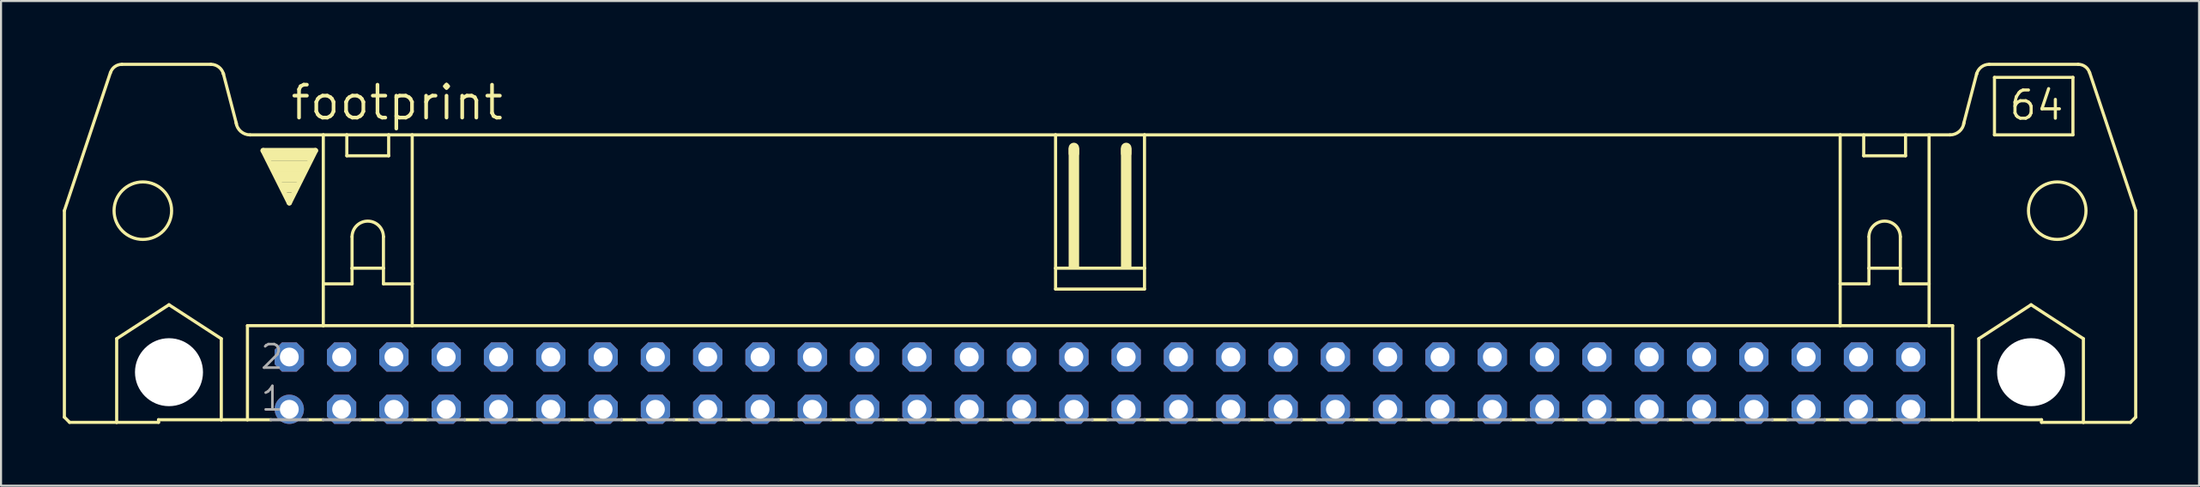
<source format=kicad_pcb>
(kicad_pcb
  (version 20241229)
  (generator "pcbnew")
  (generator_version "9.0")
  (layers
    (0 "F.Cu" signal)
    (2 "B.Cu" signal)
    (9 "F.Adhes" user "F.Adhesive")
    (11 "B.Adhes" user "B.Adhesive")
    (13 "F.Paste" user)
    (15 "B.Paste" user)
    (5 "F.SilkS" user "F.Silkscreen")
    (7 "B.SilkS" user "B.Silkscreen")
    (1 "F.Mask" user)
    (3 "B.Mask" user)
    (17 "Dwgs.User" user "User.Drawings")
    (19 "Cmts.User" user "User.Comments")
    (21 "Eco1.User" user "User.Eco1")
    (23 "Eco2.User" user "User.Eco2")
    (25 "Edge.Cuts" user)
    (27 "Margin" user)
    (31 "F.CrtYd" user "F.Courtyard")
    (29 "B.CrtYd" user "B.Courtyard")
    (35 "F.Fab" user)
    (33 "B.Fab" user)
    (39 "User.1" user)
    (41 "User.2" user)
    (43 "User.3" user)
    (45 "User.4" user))
  (footprint "footprint"
    (layer "F.Cu")
    (at 50.368 15.57)
    (property "Reference" "footprint" (at -39.395 -12.7 0) (layer "F.SilkS") (effects (font (size 1.6 1.6) (thickness 0.178)) (justify left bottom)))
    (fp_line (start -50.292 1.651) (end -50.292 -8.382) (stroke (width 0.152) (type solid)) (layer "F.SilkS"))
    (fp_line (start -50.292 1.651) (end -50.038 1.905) (stroke (width 0.152) (type solid)) (layer "F.SilkS"))
    (fp_line (start -50.038 1.905) (end -47.752 1.905) (stroke (width 0.152) (type solid)) (layer "F.SilkS"))
    (fp_line (start -48.057 -15.088) (end -50.292 -8.382) (stroke (width 0.152) (type solid)) (layer "F.SilkS"))
    (fp_line (start -47.752 -2.159) (end -45.212 -3.81) (stroke (width 0.152) (type solid)) (layer "F.SilkS"))
    (fp_line (start -47.752 1.905) (end -47.752 -2.159) (stroke (width 0.152) (type solid)) (layer "F.SilkS"))
    (fp_line (start -47.752 1.905) (end -45.72 1.905) (stroke (width 0.152) (type solid)) (layer "F.SilkS"))
    (fp_line (start -45.72 1.778) (end -45.72 1.905) (stroke (width 0.152) (type solid)) (layer "F.SilkS"))
    (fp_line (start -45.72 1.778) (end -42.672 1.778) (stroke (width 0.152) (type solid)) (layer "F.SilkS"))
    (fp_line (start -45.212 -3.81) (end -42.672 -2.159) (stroke (width 0.152) (type solid)) (layer "F.SilkS"))
    (fp_line (start -43.18 -15.494) (end -47.498 -15.494) (stroke (width 0.152) (type solid)) (layer "F.SilkS"))
    (fp_line (start -42.672 1.778) (end -42.672 -2.159) (stroke (width 0.152) (type solid)) (layer "F.SilkS"))
    (fp_line (start -42.672 1.778) (end -41.402 1.778) (stroke (width 0.152) (type solid)) (layer "F.SilkS"))
    (fp_line (start -41.935 -12.598) (end -42.57 -15.037) (stroke (width 0.152) (type solid)) (layer "F.SilkS"))
    (fp_line (start -41.402 -2.794) (end -41.402 1.778) (stroke (width 0.152) (type solid)) (layer "F.SilkS"))
    (fp_line (start -41.402 1.778) (end -40.259 1.778) (stroke (width 0.152) (type solid)) (layer "F.SilkS"))
    (fp_line (start -41.275 -12.065) (end -37.719 -12.065) (stroke (width 0.152) (type solid)) (layer "F.SilkS"))
    (fp_line (start -40.64 -11.303) (end -38.1 -11.303) (stroke (width 0.254) (type solid)) (layer "F.SilkS"))
    (fp_line (start -39.37 -8.763) (end -40.64 -11.303) (stroke (width 0.254) (type solid)) (layer "F.SilkS"))
    (fp_line (start -38.481 1.778) (end -37.719 1.778) (stroke (width 0.152) (type solid)) (layer "F.SilkS"))
    (fp_line (start -38.1 -11.303) (end -39.37 -8.763) (stroke (width 0.254) (type solid)) (layer "F.SilkS"))
    (fp_line (start -37.719 -12.065) (end -36.576 -12.065) (stroke (width 0.152) (type solid)) (layer "F.SilkS"))
    (fp_line (start -37.719 -4.826) (end -37.719 -12.065) (stroke (width 0.152) (type solid)) (layer "F.SilkS"))
    (fp_line (start -37.719 -4.826) (end -37.719 -2.794) (stroke (width 0.152) (type solid)) (layer "F.SilkS"))
    (fp_line (start -37.719 -4.826) (end -36.322 -4.826) (stroke (width 0.152) (type solid)) (layer "F.SilkS"))
    (fp_line (start -37.719 -2.794) (end -41.402 -2.794) (stroke (width 0.152) (type solid)) (layer "F.SilkS"))
    (fp_line (start -36.576 -12.065) (end -34.544 -12.065) (stroke (width 0.152) (type solid)) (layer "F.SilkS"))
    (fp_line (start -36.576 -11.049) (end -36.576 -12.065) (stroke (width 0.152) (type solid)) (layer "F.SilkS"))
    (fp_line (start -36.576 -11.049) (end -34.544 -11.049) (stroke (width 0.152) (type solid)) (layer "F.SilkS"))
    (fp_line (start -36.322 -7.112) (end -36.322 -5.588) (stroke (width 0.152) (type solid)) (layer "F.SilkS"))
    (fp_line (start -36.322 -5.588) (end -36.322 -4.826) (stroke (width 0.152) (type solid)) (layer "F.SilkS"))
    (fp_line (start -36.322 -5.588) (end -34.798 -5.588) (stroke (width 0.152) (type solid)) (layer "F.SilkS"))
    (fp_line (start -35.941 1.778) (end -35.179 1.778) (stroke (width 0.152) (type solid)) (layer "F.SilkS"))
    (fp_line (start -34.798 -7.112) (end -34.798 -5.588) (stroke (width 0.152) (type solid)) (layer "F.SilkS"))
    (fp_line (start -34.798 -5.588) (end -34.798 -4.826) (stroke (width 0.152) (type solid)) (layer "F.SilkS"))
    (fp_line (start -34.798 -4.826) (end -33.401 -4.826) (stroke (width 0.152) (type solid)) (layer "F.SilkS"))
    (fp_line (start -34.544 -12.065) (end -34.544 -11.049) (stroke (width 0.152) (type solid)) (layer "F.SilkS"))
    (fp_line (start -34.544 -12.065) (end -33.401 -12.065) (stroke (width 0.152) (type solid)) (layer "F.SilkS"))
    (fp_line (start -33.401 -12.065) (end -2.159 -12.065) (stroke (width 0.152) (type solid)) (layer "F.SilkS"))
    (fp_line (start -33.401 -4.826) (end -33.401 -12.065) (stroke (width 0.152) (type solid)) (layer "F.SilkS"))
    (fp_line (start -33.401 -4.826) (end -33.401 -2.794) (stroke (width 0.152) (type solid)) (layer "F.SilkS"))
    (fp_line (start -33.401 -2.794) (end -37.719 -2.794) (stroke (width 0.152) (type solid)) (layer "F.SilkS"))
    (fp_line (start -33.401 1.778) (end -32.639 1.778) (stroke (width 0.152) (type solid)) (layer "F.SilkS"))
    (fp_line (start -30.861 1.778) (end -30.099 1.778) (stroke (width 0.152) (type solid)) (layer "F.SilkS"))
    (fp_line (start -28.321 1.778) (end -27.559 1.778) (stroke (width 0.152) (type solid)) (layer "F.SilkS"))
    (fp_line (start -25.781 1.778) (end -25.019 1.778) (stroke (width 0.152) (type solid)) (layer "F.SilkS"))
    (fp_line (start -23.241 1.778) (end -22.479 1.778) (stroke (width 0.152) (type solid)) (layer "F.SilkS"))
    (fp_line (start -20.701 1.778) (end -19.939 1.778) (stroke (width 0.152) (type solid)) (layer "F.SilkS"))
    (fp_line (start -18.161 1.778) (end -17.399 1.778) (stroke (width 0.152) (type solid)) (layer "F.SilkS"))
    (fp_line (start -15.621 1.778) (end -14.859 1.778) (stroke (width 0.152) (type solid)) (layer "F.SilkS"))
    (fp_line (start -13.081 1.778) (end -12.319 1.778) (stroke (width 0.152) (type solid)) (layer "F.SilkS"))
    (fp_line (start -10.541 1.778) (end -9.779 1.778) (stroke (width 0.152) (type solid)) (layer "F.SilkS"))
    (fp_line (start -8.001 1.778) (end -7.239 1.778) (stroke (width 0.152) (type solid)) (layer "F.SilkS"))
    (fp_line (start -5.461 1.778) (end -4.699 1.778) (stroke (width 0.152) (type solid)) (layer "F.SilkS"))
    (fp_line (start -2.921 1.778) (end -2.159 1.778) (stroke (width 0.152) (type solid)) (layer "F.SilkS"))
    (fp_line (start -2.159 -12.065) (end -2.159 -5.588) (stroke (width 0.152) (type solid)) (layer "F.SilkS"))
    (fp_line (start -2.159 -12.065) (end 2.159 -12.065) (stroke (width 0.152) (type solid)) (layer "F.SilkS"))
    (fp_line (start -2.159 -5.588) (end -2.159 -4.572) (stroke (width 0.152) (type solid)) (layer "F.SilkS"))
    (fp_line (start -1.27 -11.176) (end -1.27 -11.43) (stroke (width 0.508) (type solid)) (layer "F.SilkS"))
    (fp_line (start -0.381 1.778) (end 0.381 1.778) (stroke (width 0.152) (type solid)) (layer "F.SilkS"))
    (fp_line (start 1.27 -11.176) (end 1.27 -11.43) (stroke (width 0.508) (type solid)) (layer "F.SilkS"))
    (fp_line (start 2.159 -12.065) (end 2.159 -5.588) (stroke (width 0.152) (type solid)) (layer "F.SilkS"))
    (fp_line (start 2.159 -12.065) (end 35.941 -12.065) (stroke (width 0.152) (type solid)) (layer "F.SilkS"))
    (fp_line (start 2.159 -5.588) (end -2.159 -5.588) (stroke (width 0.152) (type solid)) (layer "F.SilkS"))
    (fp_line (start 2.159 -5.588) (end 2.159 -4.572) (stroke (width 0.152) (type solid)) (layer "F.SilkS"))
    (fp_line (start 2.159 -4.572) (end -2.159 -4.572) (stroke (width 0.152) (type solid)) (layer "F.SilkS"))
    (fp_line (start 2.159 1.778) (end 2.921 1.778) (stroke (width 0.152) (type solid)) (layer "F.SilkS"))
    (fp_line (start 4.699 1.778) (end 5.461 1.778) (stroke (width 0.152) (type solid)) (layer "F.SilkS"))
    (fp_line (start 7.239 1.778) (end 8.001 1.778) (stroke (width 0.152) (type solid)) (layer "F.SilkS"))
    (fp_line (start 9.779 1.778) (end 10.541 1.778) (stroke (width 0.152) (type solid)) (layer "F.SilkS"))
    (fp_line (start 12.319 1.778) (end 13.081 1.778) (stroke (width 0.152) (type solid)) (layer "F.SilkS"))
    (fp_line (start 14.859 1.778) (end 15.621 1.778) (stroke (width 0.152) (type solid)) (layer "F.SilkS"))
    (fp_line (start 17.399 1.778) (end 18.161 1.778) (stroke (width 0.152) (type solid)) (layer "F.SilkS"))
    (fp_line (start 19.939 1.778) (end 20.701 1.778) (stroke (width 0.152) (type solid)) (layer "F.SilkS"))
    (fp_line (start 22.479 1.778) (end 23.241 1.778) (stroke (width 0.152) (type solid)) (layer "F.SilkS"))
    (fp_line (start 25.019 1.778) (end 25.781 1.778) (stroke (width 0.152) (type solid)) (layer "F.SilkS"))
    (fp_line (start 27.559 1.778) (end 28.321 1.778) (stroke (width 0.152) (type solid)) (layer "F.SilkS"))
    (fp_line (start 30.099 1.778) (end 30.861 1.778) (stroke (width 0.152) (type solid)) (layer "F.SilkS"))
    (fp_line (start 32.639 1.778) (end 33.401 1.778) (stroke (width 0.152) (type solid)) (layer "F.SilkS"))
    (fp_line (start 35.179 1.778) (end 35.941 1.778) (stroke (width 0.152) (type solid)) (layer "F.SilkS"))
    (fp_line (start 35.941 -12.065) (end 41.275 -12.065) (stroke (width 0.152) (type solid)) (layer "F.SilkS"))
    (fp_line (start 35.941 -4.826) (end 35.941 -12.065) (stroke (width 0.152) (type solid)) (layer "F.SilkS"))
    (fp_line (start 35.941 -4.826) (end 35.941 -2.794) (stroke (width 0.152) (type solid)) (layer "F.SilkS"))
    (fp_line (start 35.941 -4.826) (end 37.338 -4.826) (stroke (width 0.152) (type solid)) (layer "F.SilkS"))
    (fp_line (start 35.941 -2.794) (end -33.401 -2.794) (stroke (width 0.152) (type solid)) (layer "F.SilkS"))
    (fp_line (start 37.084 -11.049) (end 37.084 -12.065) (stroke (width 0.152) (type solid)) (layer "F.SilkS"))
    (fp_line (start 37.084 -11.049) (end 39.116 -11.049) (stroke (width 0.152) (type solid)) (layer "F.SilkS"))
    (fp_line (start 37.338 -7.112) (end 37.338 -5.588) (stroke (width 0.152) (type solid)) (layer "F.SilkS"))
    (fp_line (start 37.338 -5.588) (end 37.338 -4.826) (stroke (width 0.152) (type solid)) (layer "F.SilkS"))
    (fp_line (start 37.338 -5.588) (end 38.862 -5.588) (stroke (width 0.152) (type solid)) (layer "F.SilkS"))
    (fp_line (start 37.719 1.778) (end 38.481 1.778) (stroke (width 0.152) (type solid)) (layer "F.SilkS"))
    (fp_line (start 38.862 -7.112) (end 38.862 -5.588) (stroke (width 0.152) (type solid)) (layer "F.SilkS"))
    (fp_line (start 38.862 -5.588) (end 38.862 -4.826) (stroke (width 0.152) (type solid)) (layer "F.SilkS"))
    (fp_line (start 38.862 -4.826) (end 40.259 -4.826) (stroke (width 0.152) (type solid)) (layer "F.SilkS"))
    (fp_line (start 39.116 -12.065) (end 39.116 -11.049) (stroke (width 0.152) (type solid)) (layer "F.SilkS"))
    (fp_line (start 40.259 -4.826) (end 40.259 -12.065) (stroke (width 0.152) (type solid)) (layer "F.SilkS"))
    (fp_line (start 40.259 -4.826) (end 40.259 -2.794) (stroke (width 0.152) (type solid)) (layer "F.SilkS"))
    (fp_line (start 40.259 -2.794) (end 35.941 -2.794) (stroke (width 0.152) (type solid)) (layer "F.SilkS"))
    (fp_line (start 41.402 -2.794) (end 40.259 -2.794) (stroke (width 0.152) (type solid)) (layer "F.SilkS"))
    (fp_line (start 41.402 -2.794) (end 41.402 1.778) (stroke (width 0.152) (type solid)) (layer "F.SilkS"))
    (fp_line (start 41.402 1.778) (end 40.259 1.778) (stroke (width 0.152) (type solid)) (layer "F.SilkS"))
    (fp_line (start 41.935 -12.598) (end 42.57 -15.037) (stroke (width 0.152) (type solid)) (layer "F.SilkS"))
    (fp_line (start 42.672 -2.159) (end 45.212 -3.81) (stroke (width 0.152) (type solid)) (layer "F.SilkS"))
    (fp_line (start 42.672 1.778) (end 41.402 1.778) (stroke (width 0.152) (type solid)) (layer "F.SilkS"))
    (fp_line (start 42.672 1.778) (end 42.672 -2.159) (stroke (width 0.152) (type solid)) (layer "F.SilkS"))
    (fp_line (start 43.18 -15.494) (end 47.498 -15.494) (stroke (width 0.152) (type solid)) (layer "F.SilkS"))
    (fp_line (start 43.434 -14.859) (end 43.434 -12.065) (stroke (width 0.152) (type solid)) (layer "F.SilkS"))
    (fp_line (start 43.434 -12.065) (end 47.244 -12.065) (stroke (width 0.152) (type solid)) (layer "F.SilkS"))
    (fp_line (start 45.212 -3.81) (end 47.752 -2.159) (stroke (width 0.152) (type solid)) (layer "F.SilkS"))
    (fp_line (start 45.72 1.778) (end 42.672 1.778) (stroke (width 0.152) (type solid)) (layer "F.SilkS"))
    (fp_line (start 45.72 1.778) (end 45.72 1.905) (stroke (width 0.152) (type solid)) (layer "F.SilkS"))
    (fp_line (start 47.244 -14.859) (end 43.434 -14.859) (stroke (width 0.152) (type solid)) (layer "F.SilkS"))
    (fp_line (start 47.244 -14.859) (end 47.244 -12.065) (stroke (width 0.152) (type solid)) (layer "F.SilkS"))
    (fp_line (start 47.752 1.905) (end 45.72 1.905) (stroke (width 0.152) (type solid)) (layer "F.SilkS"))
    (fp_line (start 47.752 1.905) (end 47.752 -2.159) (stroke (width 0.152) (type solid)) (layer "F.SilkS"))
    (fp_line (start 48.057 -15.088) (end 50.292 -8.382) (stroke (width 0.152) (type solid)) (layer "F.SilkS"))
    (fp_line (start 50.038 1.905) (end 47.752 1.905) (stroke (width 0.152) (type solid)) (layer "F.SilkS"))
    (fp_line (start 50.292 1.651) (end 50.038 1.905) (stroke (width 0.152) (type solid)) (layer "F.SilkS"))
    (fp_line (start 50.292 1.651) (end 50.292 -8.382) (stroke (width 0.152) (type solid)) (layer "F.SilkS"))
    (fp_arc (start -48.0544 -15.0878) (mid -47.842453 -15.38168) (end -47.497999 -15.494101) (stroke (width 0.1524) (type solid)) (layer "F.SilkS"))
    (fp_arc (start -43.18 -15.494) (mid -42.798999 -15.367) (end -42.570399 -15.036799) (stroke (width 0.1524) (type solid)) (layer "F.SilkS"))
    (fp_arc (start -42.5704 -15.0368) (mid -42.567084 -15.024931) (end -42.564 -15.013) (stroke (width 0.1524) (type solid)) (layer "F.SilkS"))
    (fp_arc (start -41.274999 -12.064999) (mid -41.726774 -12.234823) (end -41.9548 -12.6602) (stroke (width 0.1524) (type solid)) (layer "F.SilkS"))
    (fp_arc (start -36.322 -7.112) (mid -35.56 -7.874) (end -34.798 -7.112) (stroke (width 0.1524) (type solid)) (layer "F.SilkS"))
    (fp_arc (start 37.338 -7.112) (mid 38.1 -7.874) (end 38.862 -7.112) (stroke (width 0.1524) (type solid)) (layer "F.SilkS"))
    (fp_arc (start 41.954799 -12.660201) (mid 41.726774 -12.234825) (end 41.275 -12.065) (stroke (width 0.1524) (type solid)) (layer "F.SilkS"))
    (fp_arc (start 42.564 -15.013) (mid 42.567084 -15.024931) (end 42.5704 -15.0368) (stroke (width 0.1524) (type solid)) (layer "F.SilkS"))
    (fp_arc (start 42.5704 -15.0368) (mid 42.799001 -15.367) (end 43.180001 -15.493999) (stroke (width 0.1524) (type solid)) (layer "F.SilkS"))
    (fp_arc (start 47.498 -15.494) (mid 47.842385 -15.381609) (end 48.0543 -15.087799) (stroke (width 0.1524) (type solid)) (layer "F.SilkS"))
    (fp_circle (center -46.482 -8.382) (end -45.085 -8.382) (stroke (width 0.152) (type solid)) (fill no) (layer "F.SilkS"))
    (fp_circle (center -45.212 -0.533) (end -43.891 -0.533) (stroke (width 0.152) (type solid)) (fill no) (layer "F.SilkS"))
    (fp_circle (center 45.212 -0.533) (end 46.533 -0.533) (stroke (width 0.152) (type solid)) (fill no) (layer "F.SilkS"))
    (fp_circle (center 46.482 -8.382) (end 47.879 -8.382) (stroke (width 0.152) (type solid)) (fill no) (layer "F.SilkS"))
    (fp_poly (pts (xy -40.513 -10.795) (xy -38.227 -10.795) (xy -38.227 -11.303) (xy -40.513 -11.303)) (stroke (width 0) (type solid)) (fill yes) (layer "F.SilkS"))
    (fp_poly (pts (xy -40.259 -10.287) (xy -38.481 -10.287) (xy -38.481 -10.795) (xy -40.259 -10.795)) (stroke (width 0) (type solid)) (fill yes) (layer "F.SilkS"))
    (fp_poly (pts (xy -40.005 -9.779) (xy -38.735 -9.779) (xy -38.735 -10.287) (xy -40.005 -10.287)) (stroke (width 0) (type solid)) (fill yes) (layer "F.SilkS"))
    (fp_poly (pts (xy -39.751 -9.271) (xy -38.989 -9.271) (xy -38.989 -9.779) (xy -39.751 -9.779)) (stroke (width 0) (type solid)) (fill yes) (layer "F.SilkS"))
    (fp_poly (pts (xy -39.497 -9.017) (xy -39.243 -9.017) (xy -39.243 -9.271) (xy -39.497 -9.271)) (stroke (width 0) (type solid)) (fill yes) (layer "F.SilkS"))
    (fp_poly (pts (xy -1.524 -5.588) (xy -1.016 -5.588) (xy -1.016 -11.43) (xy -1.524 -11.43)) (stroke (width 0) (type solid)) (fill yes) (layer "F.SilkS"))
    (fp_poly (pts (xy 1.016 -5.588) (xy 1.524 -5.588) (xy 1.524 -11.43) (xy 1.016 -11.43)) (stroke (width 0) (type solid)) (fill yes) (layer "F.SilkS"))
    (fp_line (start -40.259 1.778) (end -38.481 1.778) (stroke (width 0.152) (type solid)) (layer "F.Fab"))
    (fp_line (start -37.719 1.778) (end -35.941 1.778) (stroke (width 0.152) (type solid)) (layer "F.Fab"))
    (fp_line (start -35.179 1.778) (end -33.401 1.778) (stroke (width 0.152) (type solid)) (layer "F.Fab"))
    (fp_line (start -32.639 1.778) (end -30.861 1.778) (stroke (width 0.152) (type solid)) (layer "F.Fab"))
    (fp_line (start -30.099 1.778) (end -28.321 1.778) (stroke (width 0.152) (type solid)) (layer "F.Fab"))
    (fp_line (start -27.559 1.778) (end -25.781 1.778) (stroke (width 0.152) (type solid)) (layer "F.Fab"))
    (fp_line (start -25.019 1.778) (end -23.241 1.778) (stroke (width 0.152) (type solid)) (layer "F.Fab"))
    (fp_line (start -22.479 1.778) (end -20.701 1.778) (stroke (width 0.152) (type solid)) (layer "F.Fab"))
    (fp_line (start -19.939 1.778) (end -18.161 1.778) (stroke (width 0.152) (type solid)) (layer "F.Fab"))
    (fp_line (start -17.399 1.778) (end -15.621 1.778) (stroke (width 0.152) (type solid)) (layer "F.Fab"))
    (fp_line (start -14.859 1.778) (end -13.081 1.778) (stroke (width 0.152) (type solid)) (layer "F.Fab"))
    (fp_line (start -12.319 1.778) (end -10.541 1.778) (stroke (width 0.152) (type solid)) (layer "F.Fab"))
    (fp_line (start -9.779 1.778) (end -8.001 1.778) (stroke (width 0.152) (type solid)) (layer "F.Fab"))
    (fp_line (start -7.239 1.778) (end -5.461 1.778) (stroke (width 0.152) (type solid)) (layer "F.Fab"))
    (fp_line (start -4.699 1.778) (end -2.921 1.778) (stroke (width 0.152) (type solid)) (layer "F.Fab"))
    (fp_line (start -2.159 1.778) (end -0.381 1.778) (stroke (width 0.152) (type solid)) (layer "F.Fab"))
    (fp_line (start 0.381 1.778) (end 2.159 1.778) (stroke (width 0.152) (type solid)) (layer "F.Fab"))
    (fp_line (start 4.699 1.778) (end 2.921 1.778) (stroke (width 0.152) (type solid)) (layer "F.Fab"))
    (fp_line (start 7.239 1.778) (end 5.461 1.778) (stroke (width 0.152) (type solid)) (layer "F.Fab"))
    (fp_line (start 9.779 1.778) (end 8.001 1.778) (stroke (width 0.152) (type solid)) (layer "F.Fab"))
    (fp_line (start 12.319 1.778) (end 10.541 1.778) (stroke (width 0.152) (type solid)) (layer "F.Fab"))
    (fp_line (start 14.859 1.778) (end 13.081 1.778) (stroke (width 0.152) (type solid)) (layer "F.Fab"))
    (fp_line (start 17.399 1.778) (end 15.621 1.778) (stroke (width 0.152) (type solid)) (layer "F.Fab"))
    (fp_line (start 19.939 1.778) (end 18.161 1.778) (stroke (width 0.152) (type solid)) (layer "F.Fab"))
    (fp_line (start 22.479 1.778) (end 20.701 1.778) (stroke (width 0.152) (type solid)) (layer "F.Fab"))
    (fp_line (start 25.019 1.778) (end 23.241 1.778) (stroke (width 0.152) (type solid)) (layer "F.Fab"))
    (fp_line (start 27.559 1.778) (end 25.781 1.778) (stroke (width 0.152) (type solid)) (layer "F.Fab"))
    (fp_line (start 30.099 1.778) (end 28.321 1.778) (stroke (width 0.152) (type solid)) (layer "F.Fab"))
    (fp_line (start 32.639 1.778) (end 30.861 1.778) (stroke (width 0.152) (type solid)) (layer "F.Fab"))
    (fp_line (start 35.179 1.778) (end 33.401 1.778) (stroke (width 0.152) (type solid)) (layer "F.Fab"))
    (fp_line (start 37.719 1.778) (end 35.941 1.778) (stroke (width 0.152) (type solid)) (layer "F.Fab"))
    (fp_line (start 40.259 1.778) (end 38.481 1.778) (stroke (width 0.152) (type solid)) (layer "F.Fab"))
    (fp_text user "64" (at 44.069 -12.7 0) (layer "F.SilkS") (effects (font (size 1.372 1.372) (thickness 0.152)) (justify left bottom)))
    (fp_text user "1" (at -40.818 1.422 0) (layer "F.Fab") (effects (font (size 1.143 1.143) (thickness 0.127)) (justify left bottom)))
    (fp_text user "2" (at -40.843 -0.61 0) (layer "F.Fab") (effects (font (size 1.143 1.143) (thickness 0.127)) (justify left bottom)))
    (pad "" np_thru_hole circle (at -45.212 -0.533) (size 3.302 3.302) (drill 3.302) (layers "*.Cu" "*.Mask"))
    (pad "" np_thru_hole circle (at 45.212 -0.533) (size 3.302 3.302) (drill 3.302) (layers "*.Cu" "*.Mask"))
    (pad "1" thru_hole circle (at -39.37 1.27) (size 1.422 1.422) (drill 0.914) (layers "*.Cu" "*.Mask"))
    (pad "2" thru_hole roundrect (at -39.37 -1.27) (size 1.422 1.422) (drill 0.914) (layers "*.Cu" "*.Mask") (roundrect_rratio 0.25) (chamfer_ratio 0.25) (chamfer top_left top_right bottom_left bottom_right))
    (pad "3" thru_hole roundrect (at -36.83 1.27) (size 1.422 1.422) (drill 0.914) (layers "*.Cu" "*.Mask") (roundrect_rratio 0.25) (chamfer_ratio 0.25) (chamfer top_left top_right bottom_left bottom_right))
    (pad "4" thru_hole roundrect (at -36.83 -1.27) (size 1.422 1.422) (drill 0.914) (layers "*.Cu" "*.Mask") (roundrect_rratio 0.25) (chamfer_ratio 0.25) (chamfer top_left top_right bottom_left bottom_right))
    (pad "5" thru_hole roundrect (at -34.29 1.27) (size 1.422 1.422) (drill 0.914) (layers "*.Cu" "*.Mask") (roundrect_rratio 0.25) (chamfer_ratio 0.25) (chamfer top_left top_right bottom_left bottom_right))
    (pad "6" thru_hole roundrect (at -34.29 -1.27) (size 1.422 1.422) (drill 0.914) (layers "*.Cu" "*.Mask") (roundrect_rratio 0.25) (chamfer_ratio 0.25) (chamfer top_left top_right bottom_left bottom_right))
    (pad "7" thru_hole roundrect (at -31.75 1.27) (size 1.422 1.422) (drill 0.914) (layers "*.Cu" "*.Mask") (roundrect_rratio 0.25) (chamfer_ratio 0.25) (chamfer top_left top_right bottom_left bottom_right))
    (pad "8" thru_hole roundrect (at -31.75 -1.27) (size 1.422 1.422) (drill 0.914) (layers "*.Cu" "*.Mask") (roundrect_rratio 0.25) (chamfer_ratio 0.25) (chamfer top_left top_right bottom_left bottom_right))
    (pad "9" thru_hole roundrect (at -29.21 1.27) (size 1.422 1.422) (drill 0.914) (layers "*.Cu" "*.Mask") (roundrect_rratio 0.25) (chamfer_ratio 0.25) (chamfer top_left top_right bottom_left bottom_right))
    (pad "10" thru_hole roundrect (at -29.21 -1.27) (size 1.422 1.422) (drill 0.914) (layers "*.Cu" "*.Mask") (roundrect_rratio 0.25) (chamfer_ratio 0.25) (chamfer top_left top_right bottom_left bottom_right))
    (pad "11" thru_hole roundrect (at -26.67 1.27) (size 1.422 1.422) (drill 0.914) (layers "*.Cu" "*.Mask") (roundrect_rratio 0.25) (chamfer_ratio 0.25) (chamfer top_left top_right bottom_left bottom_right))
    (pad "12" thru_hole roundrect (at -26.67 -1.27) (size 1.422 1.422) (drill 0.914) (layers "*.Cu" "*.Mask") (roundrect_rratio 0.25) (chamfer_ratio 0.25) (chamfer top_left top_right bottom_left bottom_right))
    (pad "13" thru_hole roundrect (at -24.13 1.27) (size 1.422 1.422) (drill 0.914) (layers "*.Cu" "*.Mask") (roundrect_rratio 0.25) (chamfer_ratio 0.25) (chamfer top_left top_right bottom_left bottom_right))
    (pad "14" thru_hole roundrect (at -24.13 -1.27) (size 1.422 1.422) (drill 0.914) (layers "*.Cu" "*.Mask") (roundrect_rratio 0.25) (chamfer_ratio 0.25) (chamfer top_left top_right bottom_left bottom_right))
    (pad "15" thru_hole roundrect (at -21.59 1.27) (size 1.422 1.422) (drill 0.914) (layers "*.Cu" "*.Mask") (roundrect_rratio 0.25) (chamfer_ratio 0.25) (chamfer top_left top_right bottom_left bottom_right))
    (pad "16" thru_hole roundrect (at -21.59 -1.27) (size 1.422 1.422) (drill 0.914) (layers "*.Cu" "*.Mask") (roundrect_rratio 0.25) (chamfer_ratio 0.25) (chamfer top_left top_right bottom_left bottom_right))
    (pad "17" thru_hole roundrect (at -19.05 1.27) (size 1.422 1.422) (drill 0.914) (layers "*.Cu" "*.Mask") (roundrect_rratio 0.25) (chamfer_ratio 0.25) (chamfer top_left top_right bottom_left bottom_right))
    (pad "18" thru_hole roundrect (at -19.05 -1.27) (size 1.422 1.422) (drill 0.914) (layers "*.Cu" "*.Mask") (roundrect_rratio 0.25) (chamfer_ratio 0.25) (chamfer top_left top_right bottom_left bottom_right))
    (pad "19" thru_hole roundrect (at -16.51 1.27) (size 1.422 1.422) (drill 0.914) (layers "*.Cu" "*.Mask") (roundrect_rratio 0.25) (chamfer_ratio 0.25) (chamfer top_left top_right bottom_left bottom_right))
    (pad "20" thru_hole roundrect (at -16.51 -1.27) (size 1.422 1.422) (drill 0.914) (layers "*.Cu" "*.Mask") (roundrect_rratio 0.25) (chamfer_ratio 0.25) (chamfer top_left top_right bottom_left bottom_right))
    (pad "21" thru_hole roundrect (at -13.97 1.27) (size 1.422 1.422) (drill 0.914) (layers "*.Cu" "*.Mask") (roundrect_rratio 0.25) (chamfer_ratio 0.25) (chamfer top_left top_right bottom_left bottom_right))
    (pad "22" thru_hole roundrect (at -13.97 -1.27) (size 1.422 1.422) (drill 0.914) (layers "*.Cu" "*.Mask") (roundrect_rratio 0.25) (chamfer_ratio 0.25) (chamfer top_left top_right bottom_left bottom_right))
    (pad "23" thru_hole roundrect (at -11.43 1.27) (size 1.422 1.422) (drill 0.914) (layers "*.Cu" "*.Mask") (roundrect_rratio 0.25) (chamfer_ratio 0.25) (chamfer top_left top_right bottom_left bottom_right))
    (pad "24" thru_hole roundrect (at -11.43 -1.27) (size 1.422 1.422) (drill 0.914) (layers "*.Cu" "*.Mask") (roundrect_rratio 0.25) (chamfer_ratio 0.25) (chamfer top_left top_right bottom_left bottom_right))
    (pad "25" thru_hole roundrect (at -8.89 1.27) (size 1.422 1.422) (drill 0.914) (layers "*.Cu" "*.Mask") (roundrect_rratio 0.25) (chamfer_ratio 0.25) (chamfer top_left top_right bottom_left bottom_right))
    (pad "26" thru_hole roundrect (at -8.89 -1.27) (size 1.422 1.422) (drill 0.914) (layers "*.Cu" "*.Mask") (roundrect_rratio 0.25) (chamfer_ratio 0.25) (chamfer top_left top_right bottom_left bottom_right))
    (pad "27" thru_hole roundrect (at -6.35 1.27) (size 1.422 1.422) (drill 0.914) (layers "*.Cu" "*.Mask") (roundrect_rratio 0.25) (chamfer_ratio 0.25) (chamfer top_left top_right bottom_left bottom_right))
    (pad "28" thru_hole roundrect (at -6.35 -1.27) (size 1.422 1.422) (drill 0.914) (layers "*.Cu" "*.Mask") (roundrect_rratio 0.25) (chamfer_ratio 0.25) (chamfer top_left top_right bottom_left bottom_right))
    (pad "29" thru_hole roundrect (at -3.81 1.27) (size 1.422 1.422) (drill 0.914) (layers "*.Cu" "*.Mask") (roundrect_rratio 0.25) (chamfer_ratio 0.25) (chamfer top_left top_right bottom_left bottom_right))
    (pad "30" thru_hole roundrect (at -3.81 -1.27) (size 1.422 1.422) (drill 0.914) (layers "*.Cu" "*.Mask") (roundrect_rratio 0.25) (chamfer_ratio 0.25) (chamfer top_left top_right bottom_left bottom_right))
    (pad "31" thru_hole roundrect (at -1.27 1.27) (size 1.422 1.422) (drill 0.914) (layers "*.Cu" "*.Mask") (roundrect_rratio 0.25) (chamfer_ratio 0.25) (chamfer top_left top_right bottom_left bottom_right))
    (pad "32" thru_hole roundrect (at -1.27 -1.27) (size 1.422 1.422) (drill 0.914) (layers "*.Cu" "*.Mask") (roundrect_rratio 0.25) (chamfer_ratio 0.25) (chamfer top_left top_right bottom_left bottom_right))
    (pad "33" thru_hole roundrect (at 1.27 1.27) (size 1.422 1.422) (drill 0.914) (layers "*.Cu" "*.Mask") (roundrect_rratio 0.25) (chamfer_ratio 0.25) (chamfer top_left top_right bottom_left bottom_right))
    (pad "34" thru_hole roundrect (at 1.27 -1.27) (size 1.422 1.422) (drill 0.914) (layers "*.Cu" "*.Mask") (roundrect_rratio 0.25) (chamfer_ratio 0.25) (chamfer top_left top_right bottom_left bottom_right))
    (pad "35" thru_hole roundrect (at 3.81 1.27) (size 1.422 1.422) (drill 0.914) (layers "*.Cu" "*.Mask") (roundrect_rratio 0.25) (chamfer_ratio 0.25) (chamfer top_left top_right bottom_left bottom_right))
    (pad "36" thru_hole roundrect (at 3.81 -1.27) (size 1.422 1.422) (drill 0.914) (layers "*.Cu" "*.Mask") (roundrect_rratio 0.25) (chamfer_ratio 0.25) (chamfer top_left top_right bottom_left bottom_right))
    (pad "37" thru_hole roundrect (at 6.35 1.27) (size 1.422 1.422) (drill 0.914) (layers "*.Cu" "*.Mask") (roundrect_rratio 0.25) (chamfer_ratio 0.25) (chamfer top_left top_right bottom_left bottom_right))
    (pad "38" thru_hole roundrect (at 6.35 -1.27) (size 1.422 1.422) (drill 0.914) (layers "*.Cu" "*.Mask") (roundrect_rratio 0.25) (chamfer_ratio 0.25) (chamfer top_left top_right bottom_left bottom_right))
    (pad "39" thru_hole roundrect (at 8.89 1.27) (size 1.422 1.422) (drill 0.914) (layers "*.Cu" "*.Mask") (roundrect_rratio 0.25) (chamfer_ratio 0.25) (chamfer top_left top_right bottom_left bottom_right))
    (pad "40" thru_hole roundrect (at 8.89 -1.27) (size 1.422 1.422) (drill 0.914) (layers "*.Cu" "*.Mask") (roundrect_rratio 0.25) (chamfer_ratio 0.25) (chamfer top_left top_right bottom_left bottom_right))
    (pad "41" thru_hole roundrect (at 11.43 1.27) (size 1.422 1.422) (drill 0.914) (layers "*.Cu" "*.Mask") (roundrect_rratio 0.25) (chamfer_ratio 0.25) (chamfer top_left top_right bottom_left bottom_right))
    (pad "42" thru_hole roundrect (at 11.43 -1.27) (size 1.422 1.422) (drill 0.914) (layers "*.Cu" "*.Mask") (roundrect_rratio 0.25) (chamfer_ratio 0.25) (chamfer top_left top_right bottom_left bottom_right))
    (pad "43" thru_hole roundrect (at 13.97 1.27) (size 1.422 1.422) (drill 0.914) (layers "*.Cu" "*.Mask") (roundrect_rratio 0.25) (chamfer_ratio 0.25) (chamfer top_left top_right bottom_left bottom_right))
    (pad "44" thru_hole roundrect (at 13.97 -1.27) (size 1.422 1.422) (drill 0.914) (layers "*.Cu" "*.Mask") (roundrect_rratio 0.25) (chamfer_ratio 0.25) (chamfer top_left top_right bottom_left bottom_right))
    (pad "45" thru_hole roundrect (at 16.51 1.27) (size 1.422 1.422) (drill 0.914) (layers "*.Cu" "*.Mask") (roundrect_rratio 0.25) (chamfer_ratio 0.25) (chamfer top_left top_right bottom_left bottom_right))
    (pad "46" thru_hole roundrect (at 16.51 -1.27) (size 1.422 1.422) (drill 0.914) (layers "*.Cu" "*.Mask") (roundrect_rratio 0.25) (chamfer_ratio 0.25) (chamfer top_left top_right bottom_left bottom_right))
    (pad "47" thru_hole roundrect (at 19.05 1.27) (size 1.422 1.422) (drill 0.914) (layers "*.Cu" "*.Mask") (roundrect_rratio 0.25) (chamfer_ratio 0.25) (chamfer top_left top_right bottom_left bottom_right))
    (pad "48" thru_hole roundrect (at 19.05 -1.27) (size 1.422 1.422) (drill 0.914) (layers "*.Cu" "*.Mask") (roundrect_rratio 0.25) (chamfer_ratio 0.25) (chamfer top_left top_right bottom_left bottom_right))
    (pad "49" thru_hole roundrect (at 21.59 1.27) (size 1.422 1.422) (drill 0.914) (layers "*.Cu" "*.Mask") (roundrect_rratio 0.25) (chamfer_ratio 0.25) (chamfer top_left top_right bottom_left bottom_right))
    (pad "50" thru_hole roundrect (at 21.59 -1.27) (size 1.422 1.422) (drill 0.914) (layers "*.Cu" "*.Mask") (roundrect_rratio 0.25) (chamfer_ratio 0.25) (chamfer top_left top_right bottom_left bottom_right))
    (pad "51" thru_hole roundrect (at 24.13 1.27) (size 1.422 1.422) (drill 0.914) (layers "*.Cu" "*.Mask") (roundrect_rratio 0.25) (chamfer_ratio 0.25) (chamfer top_left top_right bottom_left bottom_right))
    (pad "52" thru_hole roundrect (at 24.13 -1.27) (size 1.422 1.422) (drill 0.914) (layers "*.Cu" "*.Mask") (roundrect_rratio 0.25) (chamfer_ratio 0.25) (chamfer top_left top_right bottom_left bottom_right))
    (pad "53" thru_hole roundrect (at 26.67 1.27) (size 1.422 1.422) (drill 0.914) (layers "*.Cu" "*.Mask") (roundrect_rratio 0.25) (chamfer_ratio 0.25) (chamfer top_left top_right bottom_left bottom_right))
    (pad "54" thru_hole roundrect (at 26.67 -1.27) (size 1.422 1.422) (drill 0.914) (layers "*.Cu" "*.Mask") (roundrect_rratio 0.25) (chamfer_ratio 0.25) (chamfer top_left top_right bottom_left bottom_right))
    (pad "55" thru_hole roundrect (at 29.21 1.27) (size 1.422 1.422) (drill 0.914) (layers "*.Cu" "*.Mask") (roundrect_rratio 0.25) (chamfer_ratio 0.25) (chamfer top_left top_right bottom_left bottom_right))
    (pad "56" thru_hole roundrect (at 29.21 -1.27) (size 1.422 1.422) (drill 0.914) (layers "*.Cu" "*.Mask") (roundrect_rratio 0.25) (chamfer_ratio 0.25) (chamfer top_left top_right bottom_left bottom_right))
    (pad "57" thru_hole roundrect (at 31.75 1.27) (size 1.422 1.422) (drill 0.914) (layers "*.Cu" "*.Mask") (roundrect_rratio 0.25) (chamfer_ratio 0.25) (chamfer top_left top_right bottom_left bottom_right))
    (pad "58" thru_hole roundrect (at 31.75 -1.27) (size 1.422 1.422) (drill 0.914) (layers "*.Cu" "*.Mask") (roundrect_rratio 0.25) (chamfer_ratio 0.25) (chamfer top_left top_right bottom_left bottom_right))
    (pad "59" thru_hole roundrect (at 34.29 1.27) (size 1.422 1.422) (drill 0.914) (layers "*.Cu" "*.Mask") (roundrect_rratio 0.25) (chamfer_ratio 0.25) (chamfer top_left top_right bottom_left bottom_right))
    (pad "60" thru_hole roundrect (at 34.29 -1.27) (size 1.422 1.422) (drill 0.914) (layers "*.Cu" "*.Mask") (roundrect_rratio 0.25) (chamfer_ratio 0.25) (chamfer top_left top_right bottom_left bottom_right))
    (pad "61" thru_hole roundrect (at 36.83 1.27) (size 1.422 1.422) (drill 0.914) (layers "*.Cu" "*.Mask") (roundrect_rratio 0.25) (chamfer_ratio 0.25) (chamfer top_left top_right bottom_left bottom_right))
    (pad "62" thru_hole roundrect (at 36.83 -1.27) (size 1.422 1.422) (drill 0.914) (layers "*.Cu" "*.Mask") (roundrect_rratio 0.25) (chamfer_ratio 0.25) (chamfer top_left top_right bottom_left bottom_right))
    (pad "63" thru_hole roundrect (at 39.37 1.27) (size 1.422 1.422) (drill 0.914) (layers "*.Cu" "*.Mask") (roundrect_rratio 0.25) (chamfer_ratio 0.25) (chamfer top_left top_right bottom_left bottom_right))
    (pad "64" thru_hole roundrect (at 39.37 -1.27) (size 1.422 1.422) (drill 0.914) (layers "*.Cu" "*.Mask") (roundrect_rratio 0.25) (chamfer_ratio 0.25) (chamfer top_left top_right bottom_left bottom_right))
    (zone (net_name "") (layers "F.Cu" "B.Cu") (hatch edge 0.508) (connect_pads) (min_thickness 0.254) (filled_areas_thickness no) (keepout (tracks allowed) (vias not_allowed) (pads allowed) (copperpour allowed) (footprints allowed)) (placement (enabled no)) (fill) (polygon (pts (xy 7.442 15.037) (xy 7.407 14.64) (xy 7.304 14.255) (xy 7.136 13.894) (xy 6.907 13.567) (xy 6.626 13.286) (xy 6.299 13.057) (xy 5.938 12.889) (xy 5.553 12.786) (xy 5.156 12.751) (xy 4.759 12.786) (xy 4.374 12.889) (xy 4.013 13.057) (xy 3.687 13.286) (xy 3.405 13.567) (xy 3.176 13.894) (xy 3.008 14.255) (xy 2.905 14.64) (xy 2.87 15.037) (xy 2.905 15.434) (xy 3.008 15.819) (xy 3.176 16.18) (xy 3.405 16.506) (xy 3.687 16.788) (xy 4.013 17.017) (xy 4.374 17.185) (xy 4.759 17.288) (xy 5.156 17.323) (xy 5.553 17.288) (xy 5.938 17.185) (xy 6.299 17.017) (xy 6.626 16.788) (xy 6.907 16.506) (xy 7.136 16.18) (xy 7.304 15.819) (xy 7.407 15.434))))
    (zone (net_name "") (layers "F.Cu" "B.Cu") (hatch edge 0.508) (connect_pads) (min_thickness 0.254) (filled_areas_thickness no) (keepout (tracks allowed) (vias not_allowed) (pads allowed) (copperpour allowed) (footprints allowed)) (placement (enabled no)) (fill) (polygon (pts (xy 97.866 15.037) (xy 97.831 14.64) (xy 97.728 14.255) (xy 97.56 13.894) (xy 97.331 13.567) (xy 97.05 13.286) (xy 96.723 13.057) (xy 96.362 12.889) (xy 95.977 12.786) (xy 95.58 12.751) (xy 95.183 12.786) (xy 94.798 12.889) (xy 94.437 13.057) (xy 94.111 13.286) (xy 93.829 13.567) (xy 93.6 13.894) (xy 93.432 14.255) (xy 93.329 14.64) (xy 93.294 15.037) (xy 93.329 15.434) (xy 93.432 15.819) (xy 93.6 16.18) (xy 93.829 16.506) (xy 94.111 16.788) (xy 94.437 17.017) (xy 94.798 17.185) (xy 95.183 17.288) (xy 95.58 17.323) (xy 95.977 17.288) (xy 96.362 17.185) (xy 96.723 17.017) (xy 97.05 16.788) (xy 97.331 16.506) (xy 97.56 16.18) (xy 97.728 15.819) (xy 97.831 15.434))))
    (zone (net_name "") (layer "B.Cu") (hatch edge 0.508) (connect_pads) (min_thickness 0.254) (filled_areas_thickness no) (keepout (tracks not_allowed) (vias not_allowed) (pads not_allowed) (copperpour not_allowed) (footprints allowed)) (placement (enabled no)) (fill) (polygon (pts (xy 7.442 15.037) (xy 7.407 14.64) (xy 7.304 14.255) (xy 7.136 13.894) (xy 6.907 13.567) (xy 6.626 13.286) (xy 6.299 13.057) (xy 5.938 12.889) (xy 5.553 12.786) (xy 5.156 12.751) (xy 4.759 12.786) (xy 4.374 12.889) (xy 4.013 13.057) (xy 3.687 13.286) (xy 3.405 13.567) (xy 3.176 13.894) (xy 3.008 14.255) (xy 2.905 14.64) (xy 2.87 15.037) (xy 2.905 15.434) (xy 3.008 15.819) (xy 3.176 16.18) (xy 3.405 16.506) (xy 3.687 16.788) (xy 4.013 17.017) (xy 4.374 17.185) (xy 4.759 17.288) (xy 5.156 17.323) (xy 5.553 17.288) (xy 5.938 17.185) (xy 6.299 17.017) (xy 6.626 16.788) (xy 6.907 16.506) (xy 7.136 16.18) (xy 7.304 15.819) (xy 7.407 15.434))))
    (zone (net_name "") (layer "B.Cu") (hatch edge 0.508) (connect_pads) (min_thickness 0.254) (filled_areas_thickness no) (keepout (tracks not_allowed) (vias not_allowed) (pads not_allowed) (copperpour not_allowed) (footprints allowed)) (placement (enabled no)) (fill) (polygon (pts (xy 97.866 15.037) (xy 97.831 14.64) (xy 97.728 14.255) (xy 97.56 13.894) (xy 97.331 13.567) (xy 97.05 13.286) (xy 96.723 13.057) (xy 96.362 12.889) (xy 95.977 12.786) (xy 95.58 12.751) (xy 95.183 12.786) (xy 94.798 12.889) (xy 94.437 13.057) (xy 94.111 13.286) (xy 93.829 13.567) (xy 93.6 13.894) (xy 93.432 14.255) (xy 93.329 14.64) (xy 93.294 15.037) (xy 93.329 15.434) (xy 93.432 15.819) (xy 93.6 16.18) (xy 93.829 16.506) (xy 94.111 16.788) (xy 94.437 17.017) (xy 94.798 17.185) (xy 95.183 17.288) (xy 95.58 17.323) (xy 95.977 17.288) (xy 96.362 17.185) (xy 96.723 17.017) (xy 97.05 16.788) (xy 97.331 16.506) (xy 97.56 16.18) (xy 97.728 15.819) (xy 97.831 15.434)))))
  (gr_rect
    (start -3 -3)
    (end 103.736 20.552)
    (stroke (width 0.1) (type default))
    (fill no)
    (layer "Edge.Cuts")))
</source>
